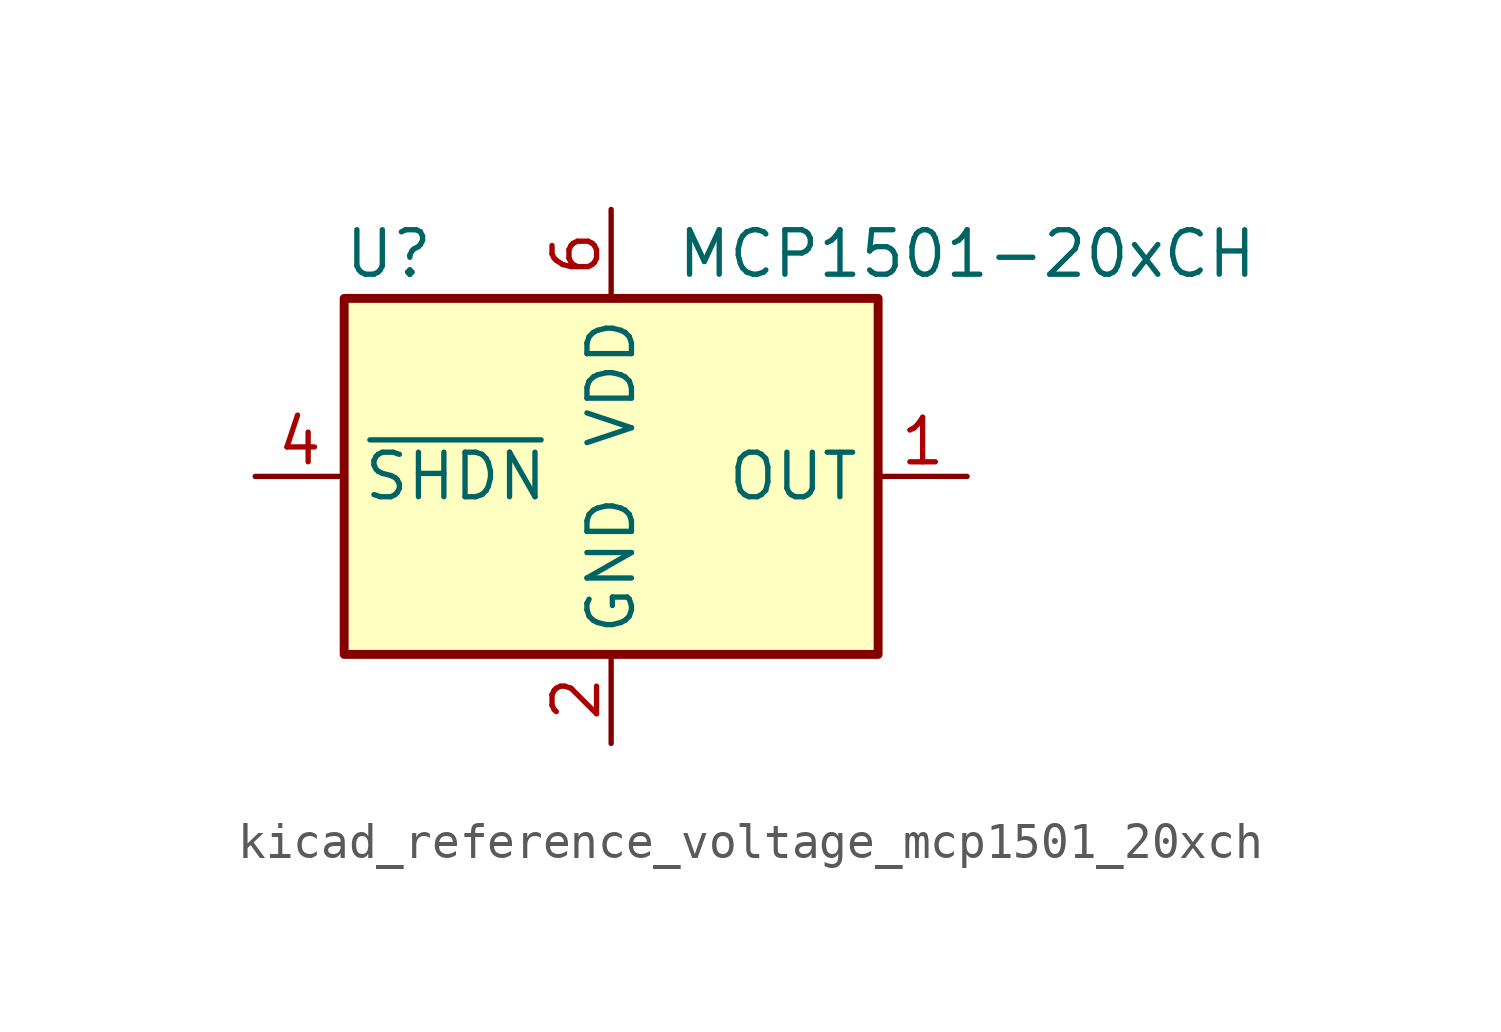
<source format=kicad_sym>
(kicad_symbol_lib
  (version 20220914)
  (generator kicad_symbol_editor)
  (symbol "kicad_reference_voltage_mcp1501_20xch"
    (property "Reference" "U"
      (at -6.35 6.35 0)
      (effects (font (size 1.27 1.27))))
    (property "Value" "MCP1501-20xCH"
      (at 10.16 6.35 0)
      (effects (font (size 1.27 1.27))))
    (symbol "kicad_reference_voltage_mcp1501_20xch_0_0"
      (pin power_out line (at 10.16 0 180) (length 2.54) (name "OUT" (effects (font (size 1.27 1.27)))) (number "1" (effects (font (size 1.27 1.27)))))
      (pin power_in line (at 0 -7.62 90) (length 2.54) (name "GND" (effects (font (size 1.27 1.27)))) (number "2" (effects (font (size 1.27 1.27)))))
      (pin passive line (at 0 -7.62 90) (length 2.54) hide (name "GND" (effects (font (size 1.27 1.27)))) (number "3" (effects (font (size 1.27 1.27)))))
      (pin input line (at -10.16 0 0) (length 2.54) (name "~{SHDN}" (effects (font (size 1.27 1.27)))) (number "4" (effects (font (size 1.27 1.27)))))
      (pin passive line (at 0 -7.62 90) (length 2.54) hide (name "GND" (effects (font (size 1.27 1.27)))) (number "5" (effects (font (size 1.27 1.27)))))
      (pin power_in line (at 0 7.62 270) (length 2.54) (name "VDD" (effects (font (size 1.27 1.27)))) (number "6" (effects (font (size 1.27 1.27))))))
    (symbol "kicad_reference_voltage_mcp1501_20xch_0_1"
      (rectangle (start -7.62 5.08) (end 7.62 -5.08) (stroke (width 0.254) (type default)) (fill (type background))))))
</source>
